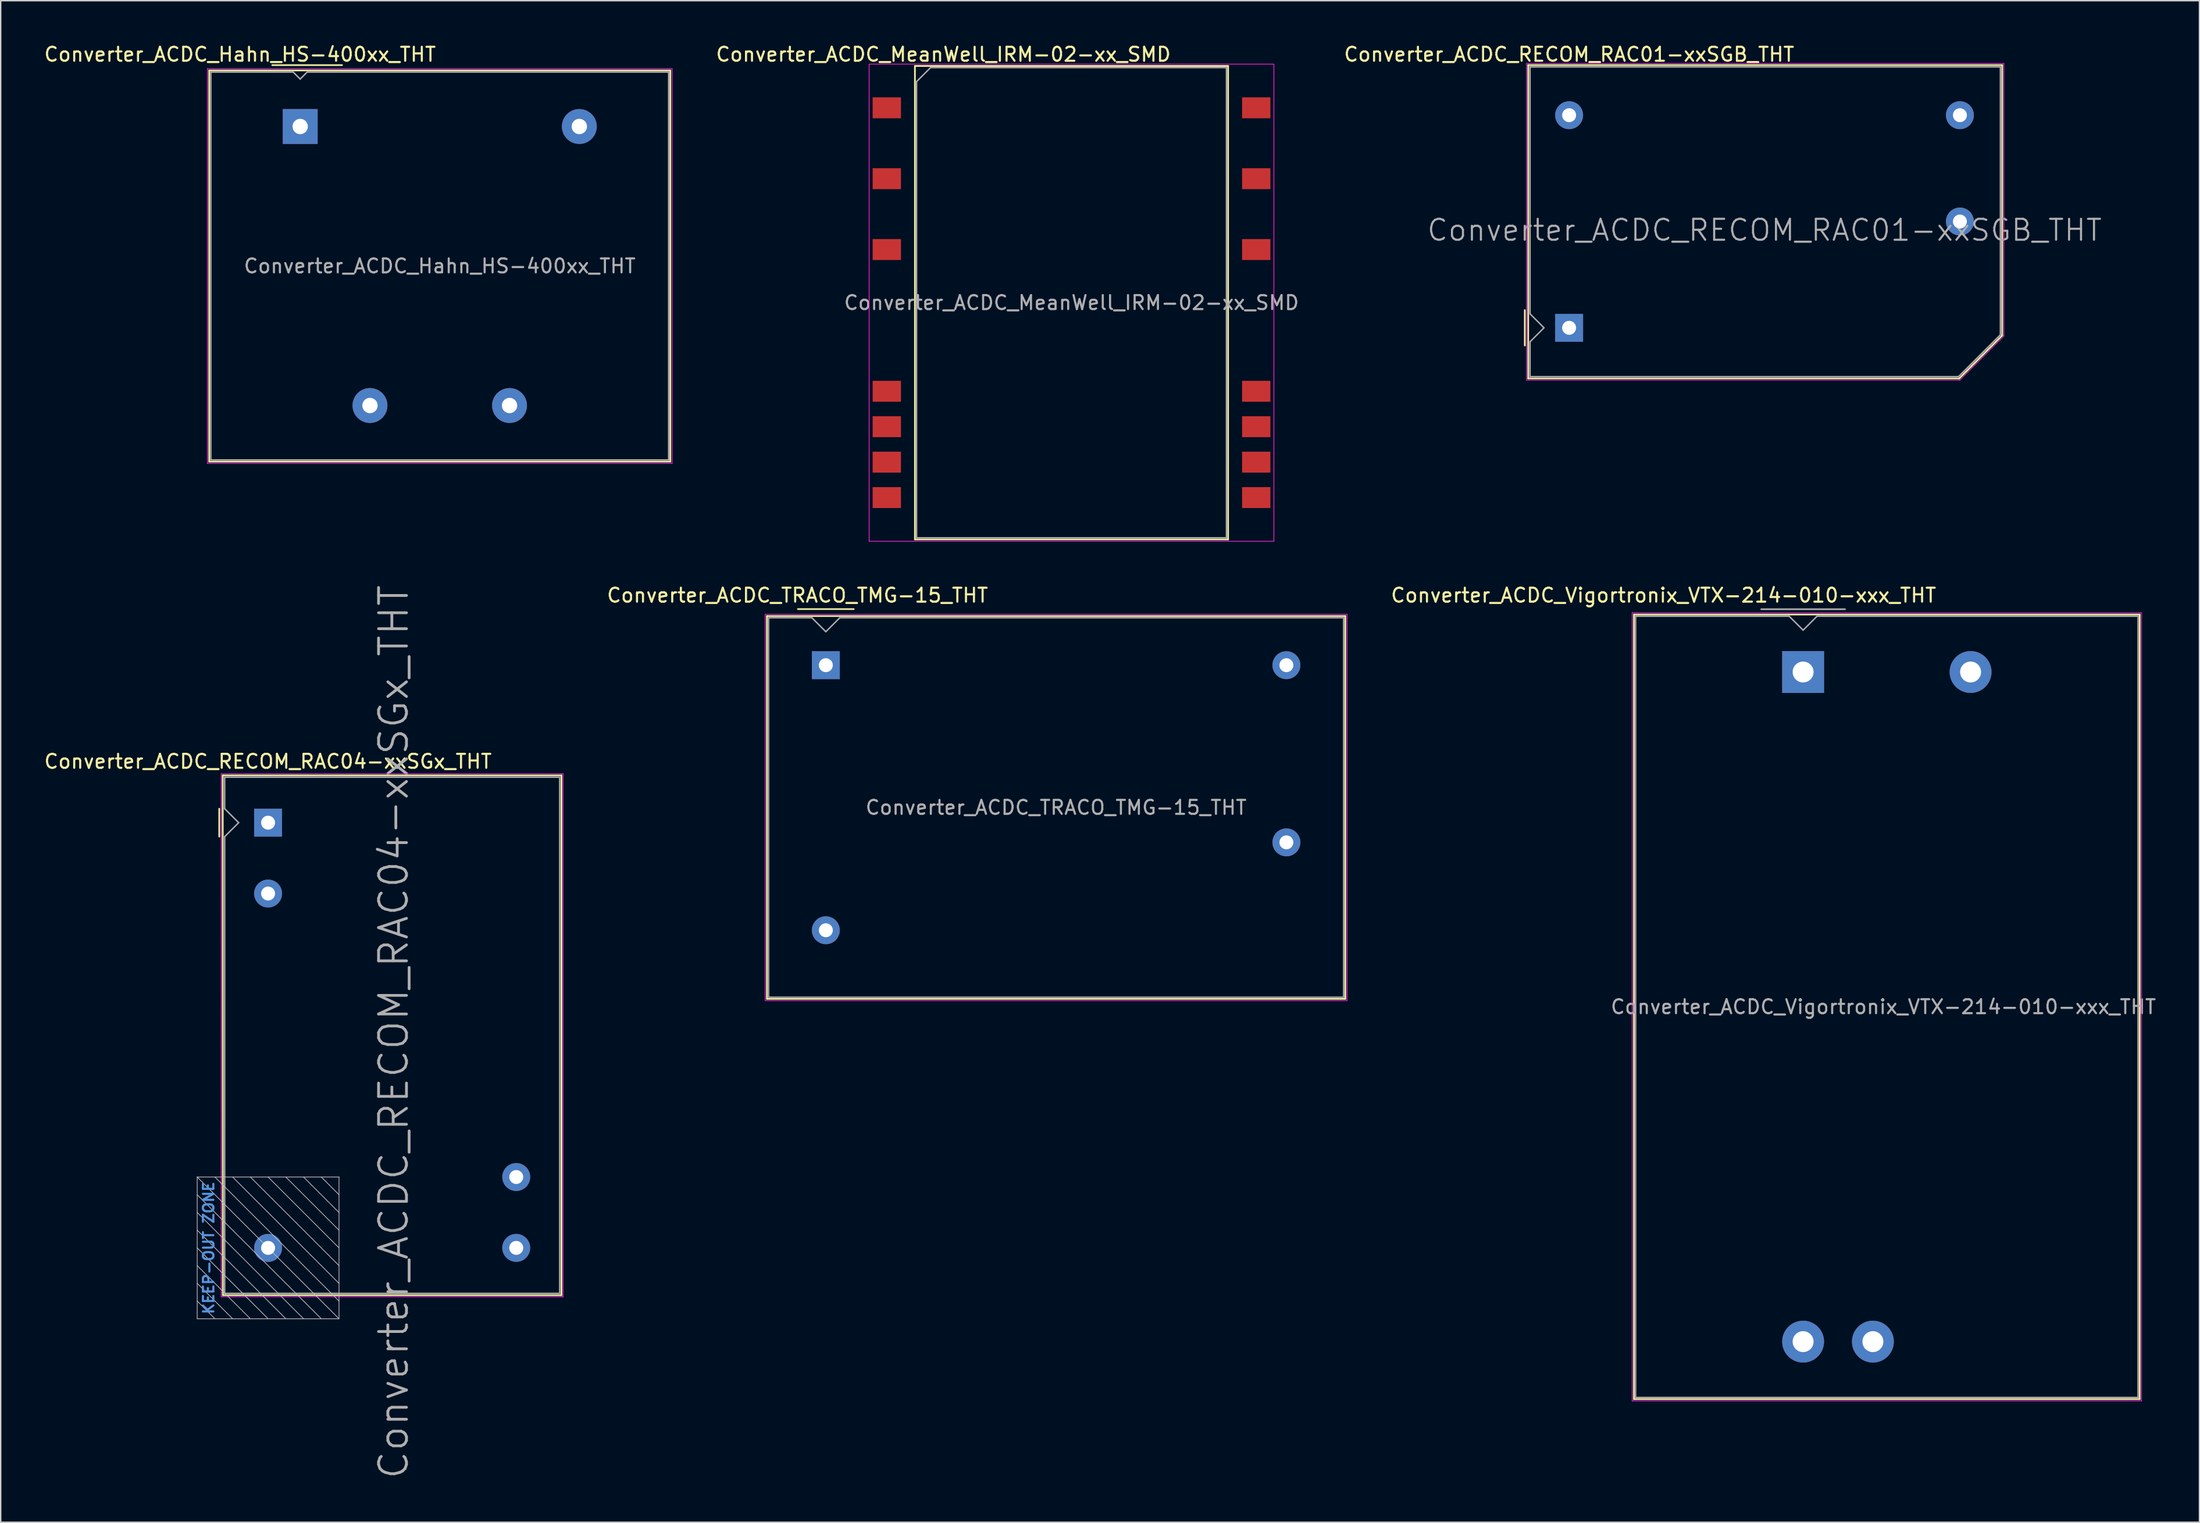
<source format=kicad_pcb>
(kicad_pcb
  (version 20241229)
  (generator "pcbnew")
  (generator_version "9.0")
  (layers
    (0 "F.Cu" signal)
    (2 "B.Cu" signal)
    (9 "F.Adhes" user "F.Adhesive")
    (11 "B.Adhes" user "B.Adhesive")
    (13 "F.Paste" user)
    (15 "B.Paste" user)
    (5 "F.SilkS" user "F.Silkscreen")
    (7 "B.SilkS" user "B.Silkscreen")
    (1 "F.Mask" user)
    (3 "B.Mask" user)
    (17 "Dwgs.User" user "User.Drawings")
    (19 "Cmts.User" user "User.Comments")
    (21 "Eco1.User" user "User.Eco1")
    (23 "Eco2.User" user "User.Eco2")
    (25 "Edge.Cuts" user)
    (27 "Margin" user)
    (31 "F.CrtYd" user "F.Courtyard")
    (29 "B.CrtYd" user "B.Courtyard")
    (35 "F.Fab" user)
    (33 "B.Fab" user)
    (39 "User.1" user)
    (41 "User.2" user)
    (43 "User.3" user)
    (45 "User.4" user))
  (footprint "Converter_ACDC_Hahn_HS-400xx_THT"
    (layer "F.Cu")
    (at 18.459 6.018)
    (property "Reference" "Converter_ACDC_Hahn_HS-400xx_THT" (at -4.31 -5.17 180) (layer "F.SilkS") (effects (font (size 1 1) (thickness 0.15))))
    (attr through_hole)
    (fp_line (start -6.52 -4.02) (end 26.52 -4.02) (stroke (width 0.12) (type solid)) (layer "F.SilkS"))
    (fp_line (start -6.52 24.02) (end -6.52 -4.02) (stroke (width 0.12) (type solid)) (layer "F.SilkS"))
    (fp_line (start -2 -4.4) (end 3 -4.4) (stroke (width 0.12) (type solid)) (layer "F.SilkS"))
    (fp_line (start 26.52 -4.02) (end 26.52 24.02) (stroke (width 0.12) (type solid)) (layer "F.SilkS"))
    (fp_line (start 26.52 24.02) (end -6.52 24.02) (stroke (width 0.12) (type solid)) (layer "F.SilkS"))
    (fp_line (start -6.65 -4.15) (end 26.65 -4.15) (stroke (width 0.05) (type solid)) (layer "F.CrtYd"))
    (fp_line (start -6.65 24.15) (end -6.65 -4.15) (stroke (width 0.05) (type solid)) (layer "F.CrtYd"))
    (fp_line (start 26.65 -4.15) (end 26.65 24.15) (stroke (width 0.05) (type solid)) (layer "F.CrtYd"))
    (fp_line (start 26.65 24.15) (end -6.65 24.15) (stroke (width 0.05) (type solid)) (layer "F.CrtYd"))
    (fp_line (start -6.4 -3.9) (end -6.4 23.9) (stroke (width 0.1) (type solid)) (layer "F.Fab"))
    (fp_line (start -6.4 -3.9) (end -0.5 -3.9) (stroke (width 0.1) (type solid)) (layer "F.Fab"))
    (fp_line (start -6.4 23.9) (end 26.4 23.9) (stroke (width 0.1) (type solid)) (layer "F.Fab"))
    (fp_line (start -0.5 -3.9) (end 0 -3.4) (stroke (width 0.1) (type solid)) (layer "F.Fab"))
    (fp_line (start 0 -3.4) (end 0.5 -3.9) (stroke (width 0.1) (type solid)) (layer "F.Fab"))
    (fp_line (start 0.5 -3.9) (end 26.4 -3.9) (stroke (width 0.1) (type solid)) (layer "F.Fab"))
    (fp_line (start 26.4 -3.9) (end 26.4 23.9) (stroke (width 0.1) (type solid)) (layer "F.Fab"))
    (fp_text user "${REFERENCE}" (at 10 10 0) (layer "F.Fab") (effects (font (size 1 1) (thickness 0.15))))
    (pad "1" thru_hole rect (at 0 0 270) (size 2.5 2.5) (drill 1.1) (layers "*.Cu" "*.Mask"))
    (pad "5" thru_hole circle (at 20 0 270) (size 2.5 2.5) (drill 1.1) (layers "*.Cu" "*.Mask"))
    (pad "7" thru_hole circle (at 15 20 270) (size 2.5 2.5) (drill 1.1) (layers "*.Cu" "*.Mask"))
    (pad "9" thru_hole circle (at 5 20 270) (size 2.5 2.5) (drill 1.1) (layers "*.Cu" "*.Mask")))
  (footprint "Converter_ACDC_RECOM_RAC01-xxSGB_THT"
    (layer "F.Cu")
    (at 109.379 20.448)
    (property "Reference" "Converter_ACDC_RECOM_RAC01-xxSGB_THT" (at 0 -19.6 180) (layer "F.SilkS") (effects (font (size 1 1) (thickness 0.15))))
    (attr through_hole)
    (fp_line (start -3.175 -1.27) (end -3.175 1.27) (stroke (width 0.12) (type solid)) (layer "F.SilkS"))
    (fp_line (start -2.93 -18.83) (end 31.03 -18.83) (stroke (width 0.12) (type solid)) (layer "F.SilkS"))
    (fp_line (start -2.93 3.63) (end -2.93 -18.83) (stroke (width 0.12) (type solid)) (layer "F.SilkS"))
    (fp_line (start 27.95 3.63) (end -2.93 3.63) (stroke (width 0.12) (type solid)) (layer "F.SilkS"))
    (fp_line (start 27.95 3.63) (end 31.03 0.55) (stroke (width 0.12) (type solid)) (layer "F.SilkS"))
    (fp_line (start 31.03 0.55) (end 31.03 -18.83) (stroke (width 0.12) (type solid)) (layer "F.SilkS"))
    (fp_line (start -3.05 -18.95) (end 31.15 -18.95) (stroke (width 0.05) (type solid)) (layer "F.CrtYd"))
    (fp_line (start -3.05 3.75) (end -3.05 -18.95) (stroke (width 0.05) (type solid)) (layer "F.CrtYd"))
    (fp_line (start 27.99 3.75) (end -3.05 3.75) (stroke (width 0.05) (type solid)) (layer "F.CrtYd"))
    (fp_line (start 31.15 -18.95) (end 31.15 0.59) (stroke (width 0.05) (type solid)) (layer "F.CrtYd"))
    (fp_line (start 31.15 0.59) (end 27.99 3.75) (stroke (width 0.05) (type solid)) (layer "F.CrtYd"))
    (fp_line (start -2.8 -18.7) (end 30.9 -18.7) (stroke (width 0.1) (type solid)) (layer "F.Fab"))
    (fp_line (start -2.8 -1) (end -2.8 -18.7) (stroke (width 0.1) (type solid)) (layer "F.Fab"))
    (fp_line (start -2.8 -1) (end -1.8 0) (stroke (width 0.1) (type solid)) (layer "F.Fab"))
    (fp_line (start -2.8 1) (end -2.8 3.5) (stroke (width 0.1) (type solid)) (layer "F.Fab"))
    (fp_line (start -1.8 0) (end -2.8 1) (stroke (width 0.1) (type solid)) (layer "F.Fab"))
    (fp_line (start 27.9 3.5) (end -2.8 3.5) (stroke (width 0.1) (type solid)) (layer "F.Fab"))
    (fp_line (start 27.9 3.5) (end 30.9 0.5) (stroke (width 0.1) (type solid)) (layer "F.Fab"))
    (fp_line (start 30.9 0.5) (end 30.9 -18.7) (stroke (width 0.1) (type solid)) (layer "F.Fab"))
    (fp_text user "${REFERENCE}" (at 14 -7 0) (layer "F.Fab") (effects (font (size 1.5 1.5) (thickness 0.15))))
    (pad "1" thru_hole rect (at 0 0 180) (size 2 2) (drill 1) (layers "*.Cu" "*.Mask"))
    (pad "2" thru_hole circle (at 0 -15.24 180) (size 2 2) (drill 1) (layers "*.Cu" "*.Mask"))
    (pad "3" thru_hole circle (at 28 -15.24 180) (size 2 2) (drill 1) (layers "*.Cu" "*.Mask"))
    (pad "4" thru_hole circle (at 28 -7.62 180) (size 2 2) (drill 1) (layers "*.Cu" "*.Mask")))
  (footprint "Converter_ACDC_Vigortronix_VTX-214-010-xxx_THT"
    (layer "F.Cu")
    (at 126.145 45.121)
    (property "Reference" "Converter_ACDC_Vigortronix_VTX-214-010-xxx_THT" (at -10 -5.5 0) (layer "F.SilkS") (effects (font (size 1 1) (thickness 0.15))))
    (attr through_hole)
    (fp_line (start -12.12 -4.12) (end 24.12 -4.12) (stroke (width 0.12) (type solid)) (layer "F.SilkS"))
    (fp_line (start -12.12 52.12) (end -12.12 -4.12) (stroke (width 0.12) (type solid)) (layer "F.SilkS"))
    (fp_line (start 24.12 -4.12) (end 24.12 52.12) (stroke (width 0.12) (type solid)) (layer "F.SilkS"))
    (fp_line (start 24.12 52.12) (end -12.12 52.12) (stroke (width 0.12) (type solid)) (layer "F.SilkS"))
    (fp_line (start -12.25 -4.25) (end 24.25 -4.25) (stroke (width 0.05) (type solid)) (layer "F.CrtYd"))
    (fp_line (start -12.25 52.25) (end -12.25 -4.25) (stroke (width 0.05) (type solid)) (layer "F.CrtYd"))
    (fp_line (start 24.25 -4.25) (end 24.25 52.25) (stroke (width 0.05) (type solid)) (layer "F.CrtYd"))
    (fp_line (start 24.25 52.25) (end -12.25 52.25) (stroke (width 0.05) (type solid)) (layer "F.CrtYd"))
    (fp_line (start -12 -4) (end -1 -4) (stroke (width 0.1) (type solid)) (layer "F.Fab"))
    (fp_line (start -12 52) (end -12 -4) (stroke (width 0.1) (type solid)) (layer "F.Fab"))
    (fp_line (start -3 -4.5) (end 3 -4.5) (stroke (width 0.12) (type solid)) (layer "F.Fab"))
    (fp_line (start -1 -4) (end 0 -3) (stroke (width 0.1) (type solid)) (layer "F.Fab"))
    (fp_line (start 0 -3) (end 1 -4) (stroke (width 0.1) (type solid)) (layer "F.Fab"))
    (fp_line (start 1 -4) (end 24 -4) (stroke (width 0.1) (type solid)) (layer "F.Fab"))
    (fp_line (start 24 -4) (end 24 52) (stroke (width 0.1) (type solid)) (layer "F.Fab"))
    (fp_line (start 24 52) (end -12 52) (stroke (width 0.1) (type solid)) (layer "F.Fab"))
    (fp_text user "${REFERENCE}" (at 5.75 24 0) (layer "F.Fab") (effects (font (size 1 1) (thickness 0.15))))
    (pad "1" thru_hole rect (at 0 0) (size 3 3) (drill 1.5) (layers "*.Cu" "*.Mask"))
    (pad "2" thru_hole circle (at 12 0) (size 3 3) (drill 1.5) (layers "*.Cu" "*.Mask"))
    (pad "3" thru_hole circle (at 0 48) (size 3 3) (drill 1.5) (layers "*.Cu" "*.Mask"))
    (pad "4" thru_hole circle (at 5 48) (size 3 3) (drill 1.5) (layers "*.Cu" "*.Mask")))
  (footprint "Converter_ACDC_MeanWell_IRM-02-xx_SMD"
    (layer "F.Cu")
    (at 73.725 18.648)
    (property "Reference" "Converter_ACDC_MeanWell_IRM-02-xx_SMD" (at -9.18 -17.8 0) (layer "F.SilkS") (effects (font (size 1 1) (thickness 0.15))))
    (attr smd)
    (fp_line (start -11.22 -16.97) (end 11.22 -16.97) (stroke (width 0.12) (type solid)) (layer "F.SilkS"))
    (fp_line (start -11.22 16.97) (end -11.22 -16.97) (stroke (width 0.12) (type solid)) (layer "F.SilkS"))
    (fp_line (start 11.22 -16.97) (end 11.22 16.97) (stroke (width 0.12) (type solid)) (layer "F.SilkS"))
    (fp_line (start 11.22 16.97) (end -11.22 16.97) (stroke (width 0.12) (type solid)) (layer "F.SilkS"))
    (fp_line (start -14.5 -17.1) (end -14.5 17.1) (stroke (width 0.05) (type solid)) (layer "F.CrtYd"))
    (fp_line (start -14.5 17.1) (end 14.5 17.1) (stroke (width 0.05) (type solid)) (layer "F.CrtYd"))
    (fp_line (start 14.5 -17.1) (end -14.5 -17.1) (stroke (width 0.05) (type solid)) (layer "F.CrtYd"))
    (fp_line (start 14.5 -17.1) (end 14.5 17.1) (stroke (width 0.05) (type solid)) (layer "F.CrtYd"))
    (fp_line (start -11.1 -15.85) (end -11.1 16.85) (stroke (width 0.1) (type solid)) (layer "F.Fab"))
    (fp_line (start -11.1 -15.85) (end -10.1 -16.85) (stroke (width 0.1) (type solid)) (layer "F.Fab"))
    (fp_line (start -11.1 16.85) (end 11.1 16.85) (stroke (width 0.1) (type solid)) (layer "F.Fab"))
    (fp_line (start 11.1 -16.85) (end -10.1 -16.85) (stroke (width 0.1) (type solid)) (layer "F.Fab"))
    (fp_line (start 11.1 16.85) (end 11.1 -16.85) (stroke (width 0.1) (type solid)) (layer "F.Fab"))
    (fp_text user "${REFERENCE}" (at 0 0 0) (layer "F.Fab") (effects (font (size 1 1) (thickness 0.15))))
    (pad "1" smd rect (at -13.235 -13.97 270) (size 1.5 2.03) (layers "F.Cu" "F.Mask" "F.Paste"))
    (pad "3" smd rect (at -13.235 -8.89 270) (size 1.5 2.03) (layers "F.Cu" "F.Mask" "F.Paste"))
    (pad "5" smd rect (at -13.235 -3.81 270) (size 1.5 2.03) (layers "F.Cu" "F.Mask" "F.Paste"))
    (pad "9" smd rect (at -13.235 6.35 270) (size 1.5 2.03) (layers "F.Cu" "F.Mask" "F.Paste"))
    (pad "10" smd rect (at -13.235 8.89 270) (size 1.5 2.03) (layers "F.Cu" "F.Mask" "F.Paste"))
    (pad "11" smd rect (at -13.235 11.43 270) (size 1.5 2.03) (layers "F.Cu" "F.Mask" "F.Paste"))
    (pad "12" smd rect (at -13.235 13.97 270) (size 1.5 2.03) (layers "F.Cu" "F.Mask" "F.Paste"))
    (pad "13" smd rect (at 13.235 13.97 270) (size 1.5 2.03) (layers "F.Cu" "F.Mask" "F.Paste"))
    (pad "14" smd rect (at 13.235 11.43 270) (size 1.5 2.03) (layers "F.Cu" "F.Mask" "F.Paste"))
    (pad "15" smd rect (at 13.235 8.89 270) (size 1.5 2.03) (layers "F.Cu" "F.Mask" "F.Paste"))
    (pad "16" smd rect (at 13.235 6.35 270) (size 1.5 2.03) (layers "F.Cu" "F.Mask" "F.Paste"))
    (pad "20" smd rect (at 13.235 -3.81 270) (size 1.5 2.03) (layers "F.Cu" "F.Mask" "F.Paste"))
    (pad "22" smd rect (at 13.235 -8.89 270) (size 1.5 2.03) (layers "F.Cu" "F.Mask" "F.Paste"))
    (pad "24" smd rect (at 13.235 -13.97 270) (size 1.5 2.03) (layers "F.Cu" "F.Mask" "F.Paste")))
  (footprint "Converter_ACDC_TRACO_TMG-15_THT"
    (layer "F.Cu")
    (at 56.122 44.632)
    (property "Reference" "Converter_ACDC_TRACO_TMG-15_THT" (at -2.03 -5.01 0) (layer "F.SilkS") (effects (font (size 1 1) (thickness 0.15))))
    (attr through_hole)
    (fp_line (start -4.22 -3.52) (end 37.22 -3.52) (stroke (width 0.12) (type solid)) (layer "F.SilkS"))
    (fp_line (start -4.22 23.92) (end -4.22 -3.52) (stroke (width 0.12) (type solid)) (layer "F.SilkS"))
    (fp_line (start -2 -4.02) (end 2 -4.02) (stroke (width 0.12) (type solid)) (layer "F.SilkS"))
    (fp_line (start 37.22 -3.52) (end 37.22 23.92) (stroke (width 0.12) (type solid)) (layer "F.SilkS"))
    (fp_line (start 37.22 23.92) (end -4.22 23.92) (stroke (width 0.12) (type solid)) (layer "F.SilkS"))
    (fp_line (start -4.35 -3.65) (end 37.35 -3.65) (stroke (width 0.05) (type solid)) (layer "F.CrtYd"))
    (fp_line (start -4.35 24.05) (end -4.35 -3.65) (stroke (width 0.05) (type solid)) (layer "F.CrtYd"))
    (fp_line (start 37.35 -3.65) (end 37.35 24.05) (stroke (width 0.05) (type solid)) (layer "F.CrtYd"))
    (fp_line (start 37.35 24.05) (end -4.35 24.05) (stroke (width 0.05) (type solid)) (layer "F.CrtYd"))
    (fp_line (start -4.1 -3.4) (end -1 -3.4) (stroke (width 0.1) (type solid)) (layer "F.Fab"))
    (fp_line (start -4.1 23.8) (end -4.1 -3.4) (stroke (width 0.1) (type solid)) (layer "F.Fab"))
    (fp_line (start -1 -3.4) (end 0 -2.4) (stroke (width 0.1) (type solid)) (layer "F.Fab"))
    (fp_line (start 0 -2.4) (end 1 -3.4) (stroke (width 0.1) (type solid)) (layer "F.Fab"))
    (fp_line (start 1 -3.4) (end 37.1 -3.4) (stroke (width 0.1) (type solid)) (layer "F.Fab"))
    (fp_line (start 37.1 -3.4) (end 37.1 23.8) (stroke (width 0.1) (type solid)) (layer "F.Fab"))
    (fp_line (start 37.1 23.8) (end -4.1 23.8) (stroke (width 0.1) (type solid)) (layer "F.Fab"))
    (fp_text user "${REFERENCE}" (at 16.5 10.2 0) (layer "F.Fab") (effects (font (size 1 1) (thickness 0.15))))
    (pad "1" thru_hole rect (at 0 0) (size 2 2) (drill 1) (layers "*.Cu" "*.Mask"))
    (pad "2" thru_hole circle (at 0 19) (size 2 2) (drill 1) (layers "*.Cu" "*.Mask"))
    (pad "3" thru_hole circle (at 33 0) (size 2 2) (drill 1) (layers "*.Cu" "*.Mask"))
    (pad "4" thru_hole circle (at 33 12.7) (size 2 2) (drill 1) (layers "*.Cu" "*.Mask")))
  (footprint "Converter_ACDC_RECOM_RAC04-xxSGx_THT"
    (layer "F.Cu")
    (at 16.159 55.921)
    (property "Reference" "Converter_ACDC_RECOM_RAC04-xxSGx_THT" (at -0.01 -4.39 180) (layer "F.SilkS") (effects (font (size 1 1) (thickness 0.15))))
    (attr through_hole)
    (fp_line (start -3.5 1) (end -3.5 -1) (stroke (width 0.12) (type solid)) (layer "F.SilkS"))
    (fp_line (start -3.24 -3.39) (end 21.02 -3.39) (stroke (width 0.12) (type solid)) (layer "F.SilkS"))
    (fp_line (start -3.24 33.87) (end -3.25 -3.39) (stroke (width 0.12) (type solid)) (layer "F.SilkS"))
    (fp_line (start -3.24 33.87) (end 21.02 33.87) (stroke (width 0.12) (type solid)) (layer "F.SilkS"))
    (fp_line (start 21.02 -3.39) (end 21.02 33.87) (stroke (width 0.12) (type solid)) (layer "F.SilkS"))
    (fp_line (start -5.08 25.4) (end 5.08 25.4) (stroke (width 0.05) (type solid)) (layer "Dwgs.User"))
    (fp_line (start -5.08 25.4) (end 5.08 35.56) (stroke (width 0.05) (type solid)) (layer "Dwgs.User"))
    (fp_line (start -5.08 26.67) (end 3.81 35.56) (stroke (width 0.05) (type solid)) (layer "Dwgs.User"))
    (fp_line (start -5.08 27.94) (end 2.54 35.56) (stroke (width 0.05) (type solid)) (layer "Dwgs.User"))
    (fp_line (start -5.08 29.21) (end 1.27 35.56) (stroke (width 0.05) (type solid)) (layer "Dwgs.User"))
    (fp_line (start -5.08 30.48) (end 0 35.56) (stroke (width 0.05) (type solid)) (layer "Dwgs.User"))
    (fp_line (start -5.08 31.75) (end -1.27 35.56) (stroke (width 0.05) (type solid)) (layer "Dwgs.User"))
    (fp_line (start -5.08 33.02) (end -2.54 35.56) (stroke (width 0.05) (type solid)) (layer "Dwgs.User"))
    (fp_line (start -5.08 34.29) (end -3.81 35.56) (stroke (width 0.05) (type solid)) (layer "Dwgs.User"))
    (fp_line (start -5.08 35.56) (end -5.08 25.4) (stroke (width 0.05) (type solid)) (layer "Dwgs.User"))
    (fp_line (start 5.08 25.4) (end 5.08 35.56) (stroke (width 0.05) (type solid)) (layer "Dwgs.User"))
    (fp_line (start 5.08 26.67) (end 3.81 25.4) (stroke (width 0.05) (type solid)) (layer "Dwgs.User"))
    (fp_line (start 5.08 27.94) (end 2.54 25.4) (stroke (width 0.05) (type solid)) (layer "Dwgs.User"))
    (fp_line (start 5.08 29.21) (end 1.27 25.4) (stroke (width 0.05) (type solid)) (layer "Dwgs.User"))
    (fp_line (start 5.08 30.48) (end 0 25.4) (stroke (width 0.05) (type solid)) (layer "Dwgs.User"))
    (fp_line (start 5.08 31.75) (end -1.27 25.4) (stroke (width 0.05) (type solid)) (layer "Dwgs.User"))
    (fp_line (start 5.08 33.02) (end -2.54 25.4) (stroke (width 0.05) (type solid)) (layer "Dwgs.User"))
    (fp_line (start 5.08 34.29) (end -3.81 25.4) (stroke (width 0.05) (type solid)) (layer "Dwgs.User"))
    (fp_line (start 5.08 35.56) (end -5.08 35.56) (stroke (width 0.05) (type solid)) (layer "Dwgs.User"))
    (fp_line (start -3.36 -3.51) (end -3.36 33.99) (stroke (width 0.05) (type solid)) (layer "F.CrtYd"))
    (fp_line (start -3.36 -3.51) (end 21.14 -3.51) (stroke (width 0.05) (type solid)) (layer "F.CrtYd"))
    (fp_line (start 21.14 -3.51) (end 21.14 33.99) (stroke (width 0.05) (type solid)) (layer "F.CrtYd"))
    (fp_line (start 21.14 33.99) (end -3.36 33.99) (stroke (width 0.05) (type solid)) (layer "F.CrtYd"))
    (fp_line (start -3.11 -3.26) (end 20.89 -3.26) (stroke (width 0.1) (type solid)) (layer "F.Fab"))
    (fp_line (start -3.11 -1) (end -3.11 -3.26) (stroke (width 0.1) (type solid)) (layer "F.Fab"))
    (fp_line (start -3.11 -1) (end -2.11 0) (stroke (width 0.1) (type solid)) (layer "F.Fab"))
    (fp_line (start -3.11 1) (end -2.11 0) (stroke (width 0.1) (type solid)) (layer "F.Fab"))
    (fp_line (start -3.11 33.74) (end -3.11 1) (stroke (width 0.1) (type solid)) (layer "F.Fab"))
    (fp_line (start -3.11 33.74) (end 20.89 33.74) (stroke (width 0.1) (type solid)) (layer "F.Fab"))
    (fp_line (start 20.89 -3.26) (end 20.89 33.74) (stroke (width 0.1) (type solid)) (layer "F.Fab"))
    (fp_text user "KEEP-OUT ZONE" (at -4.26 30.48 90) (layer "Cmts.User") (effects (font (size 0.75 0.75) (thickness 0.15))))
    (fp_text user "${REFERENCE}" (at 9 15 90) (layer "F.Fab") (effects (font (size 2 2) (thickness 0.2))))
    (pad "1" thru_hole rect (at 0 0 90) (size 2 2) (drill 1) (layers "*.Cu" "*.Mask"))
    (pad "2" thru_hole circle (at 0 5.08 90) (size 2 2) (drill 1) (layers "*.Cu" "*.Mask"))
    (pad "3" thru_hole circle (at 0 30.48 180) (size 2 2) (drill 1) (layers "*.Cu" "*.Mask"))
    (pad "4" thru_hole circle (at 17.78 30.48 90) (size 2 2) (drill 1) (layers "*.Cu" "*.Mask"))
    (pad "5" thru_hole circle (at 17.78 25.4 90) (size 2 2) (drill 1) (layers "*.Cu" "*.Mask")))
  (gr_rect
    (start -3 -3)
    (end 154.544 106.068)
    (stroke (width 0.1) (type default))
    (fill no)
    (layer "Edge.Cuts")))
</source>
